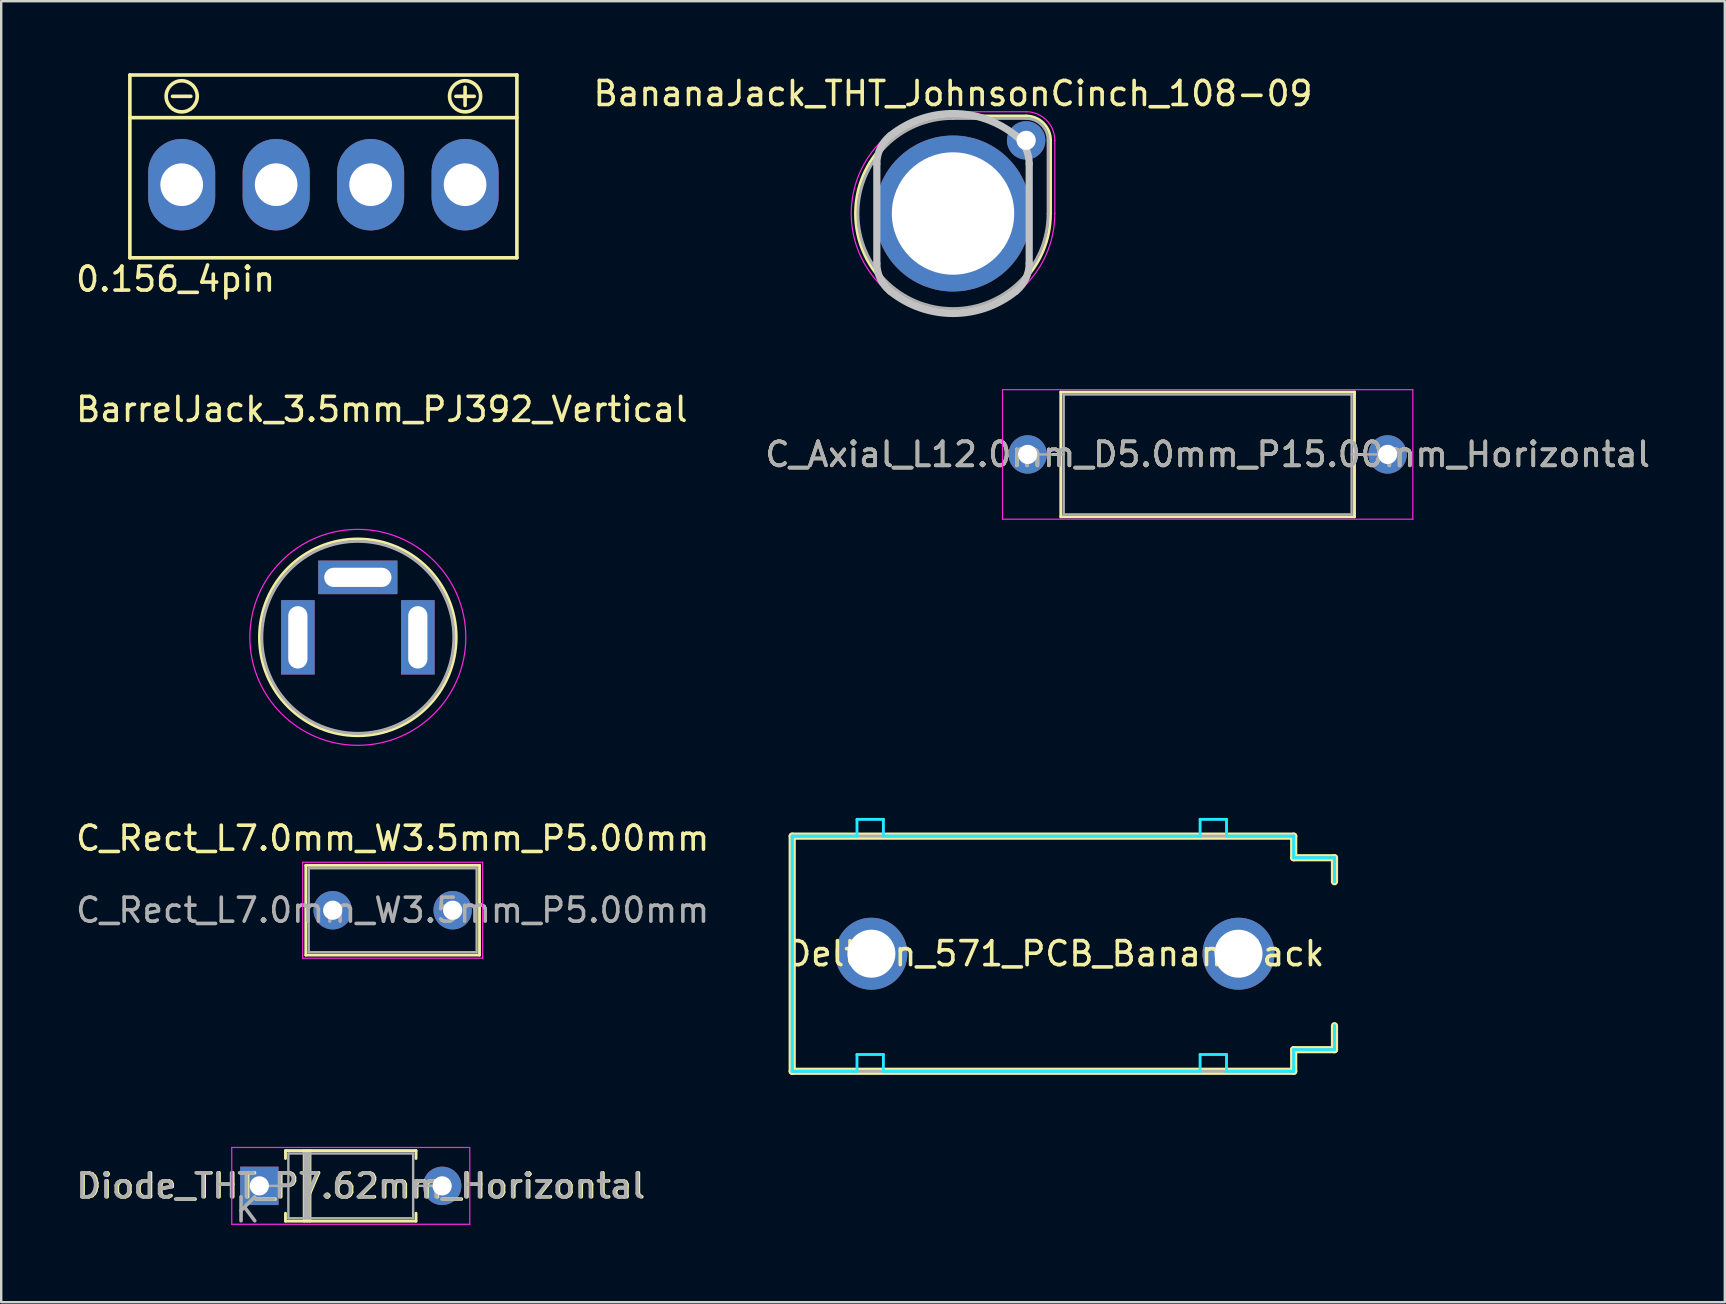
<source format=kicad_pcb>
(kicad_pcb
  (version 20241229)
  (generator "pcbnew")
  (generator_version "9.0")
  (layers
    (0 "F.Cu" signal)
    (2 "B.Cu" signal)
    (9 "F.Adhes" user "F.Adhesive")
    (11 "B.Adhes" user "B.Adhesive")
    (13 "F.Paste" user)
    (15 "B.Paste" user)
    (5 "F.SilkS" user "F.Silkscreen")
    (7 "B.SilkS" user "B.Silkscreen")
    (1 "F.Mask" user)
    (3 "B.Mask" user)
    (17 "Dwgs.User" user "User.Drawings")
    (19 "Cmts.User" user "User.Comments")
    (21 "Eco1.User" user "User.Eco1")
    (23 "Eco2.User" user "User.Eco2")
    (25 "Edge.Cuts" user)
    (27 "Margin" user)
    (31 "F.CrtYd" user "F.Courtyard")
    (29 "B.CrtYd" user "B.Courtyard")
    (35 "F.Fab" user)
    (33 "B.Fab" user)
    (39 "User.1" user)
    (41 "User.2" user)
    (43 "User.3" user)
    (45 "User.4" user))
  (footprint "BarrelJack_3.5mm_PJ392_Vertical"
    (layer "F.Cu")
    (at 11.863 23.512)
    (property "Reference" "BarrelJack_3.5mm_PJ392_Vertical" (at 1 -9.5 0) (layer "F.SilkS") (effects (font (size 1 1) (thickness 0.15))))
    (attr through_hole)
    (fp_circle (center 0 0) (end 0 -4.1) (stroke (width 0.12) (type solid)) (fill no) (layer "F.SilkS"))
    (fp_circle (center 0 0) (end 4.5 0) (stroke (width 0.05) (type solid)) (fill no) (layer "F.CrtYd"))
    (fp_circle (center 0 0) (end 0 -4) (stroke (width 0.12) (type solid)) (fill no) (layer "F.Fab"))
    (pad "1" thru_hole rect (at -2.5 0) (size 1.4 3.1) (drill oval 0.8 2.6) (layers "*.Cu" "*.Mask"))
    (pad "2" thru_hole rect (at 2.5 0) (size 1.4 3.1) (drill oval 0.8 2.6) (layers "*.Cu" "*.Mask"))
    (pad "3" thru_hole rect (at 0 -2.5) (size 3.3 1.4) (drill oval 2.8 0.8) (layers "*.Cu" "*.Mask")))
  (footprint "Deltron_571_PCB_BananaJack"
    (layer "F.Cu")
    (at 48.566 36.697)
    (property "Reference" "Deltron_571_PCB_BananaJack" (at -7.62 0 0) (layer "F.SilkS") (effects (font (size 1 1) (thickness 0.15))))
    (attr through_hole)
    (fp_line (start -18.6 -4.9) (end 2.3 -4.9) (stroke (width 0.3) (type solid)) (layer "F.SilkS"))
    (fp_line (start -18.6 4.9) (end -18.6 -4.9) (stroke (width 0.3) (type solid)) (layer "F.SilkS"))
    (fp_line (start 2.3 -4.9) (end 2.3 -4) (stroke (width 0.3) (type solid)) (layer "F.SilkS"))
    (fp_line (start 2.3 -4) (end 4 -4) (stroke (width 0.3) (type solid)) (layer "F.SilkS"))
    (fp_line (start 2.3 4) (end 2.3 4.9) (stroke (width 0.3) (type solid)) (layer "F.SilkS"))
    (fp_line (start 2.3 4.9) (end -18.6 4.9) (stroke (width 0.3) (type solid)) (layer "F.SilkS"))
    (fp_line (start 4 -4) (end 4 -3) (stroke (width 0.3) (type solid)) (layer "F.SilkS"))
    (fp_line (start 4 3) (end 4 4) (stroke (width 0.3) (type solid)) (layer "F.SilkS"))
    (fp_line (start 4 4) (end 2.3 4) (stroke (width 0.3) (type solid)) (layer "F.SilkS"))
    (fp_line (start -18.6 -4.9) (end -15.9 -4.9) (stroke (width 0.12) (type solid)) (layer "B.CrtYd"))
    (fp_line (start -18.6 4.9) (end -18.6 -4.9) (stroke (width 0.12) (type solid)) (layer "B.CrtYd"))
    (fp_line (start -15.9 -5.6) (end -14.8 -5.6) (stroke (width 0.12) (type solid)) (layer "B.CrtYd"))
    (fp_line (start -15.9 -4.9) (end -15.9 -5.6) (stroke (width 0.12) (type solid)) (layer "B.CrtYd"))
    (fp_line (start -15.9 4.2) (end -15.9 4.9) (stroke (width 0.12) (type solid)) (layer "B.CrtYd"))
    (fp_line (start -15.9 4.9) (end -18.6 4.9) (stroke (width 0.12) (type solid)) (layer "B.CrtYd"))
    (fp_line (start -14.8 -5.6) (end -14.8 -4.9) (stroke (width 0.12) (type solid)) (layer "B.CrtYd"))
    (fp_line (start -14.8 -4.9) (end -1.6 -4.9) (stroke (width 0.12) (type solid)) (layer "B.CrtYd"))
    (fp_line (start -14.8 4.2) (end -15.9 4.2) (stroke (width 0.12) (type solid)) (layer "B.CrtYd"))
    (fp_line (start -14.8 4.9) (end -14.8 4.2) (stroke (width 0.12) (type solid)) (layer "B.CrtYd"))
    (fp_line (start -1.6 -5.6) (end -1.6 -4.9) (stroke (width 0.12) (type solid)) (layer "B.CrtYd"))
    (fp_line (start -1.6 4.2) (end -1.6 4.9) (stroke (width 0.12) (type solid)) (layer "B.CrtYd"))
    (fp_line (start -1.6 4.9) (end -14.8 4.9) (stroke (width 0.12) (type solid)) (layer "B.CrtYd"))
    (fp_line (start -0.5 -5.6) (end -1.6 -5.6) (stroke (width 0.12) (type solid)) (layer "B.CrtYd"))
    (fp_line (start -0.5 -4.9) (end -0.5 -5.6) (stroke (width 0.12) (type solid)) (layer "B.CrtYd"))
    (fp_line (start -0.5 -4.9) (end 2.3 -4.9) (stroke (width 0.12) (type solid)) (layer "B.CrtYd"))
    (fp_line (start -0.5 4.2) (end -1.6 4.2) (stroke (width 0.12) (type solid)) (layer "B.CrtYd"))
    (fp_line (start -0.5 4.9) (end -0.5 4.2) (stroke (width 0.12) (type solid)) (layer "B.CrtYd"))
    (fp_line (start 2.3 -4.9) (end 2.3 -4) (stroke (width 0.12) (type solid)) (layer "B.CrtYd"))
    (fp_line (start 2.3 -4) (end 4 -4) (stroke (width 0.12) (type solid)) (layer "B.CrtYd"))
    (fp_line (start 2.3 4) (end 2.3 4.9) (stroke (width 0.12) (type solid)) (layer "B.CrtYd"))
    (fp_line (start 2.3 4.9) (end -0.5 4.9) (stroke (width 0.12) (type solid)) (layer "B.CrtYd"))
    (fp_line (start 4 -4) (end 4 -3) (stroke (width 0.12) (type solid)) (layer "B.CrtYd"))
    (fp_line (start 4 3) (end 4 4) (stroke (width 0.12) (type solid)) (layer "B.CrtYd"))
    (fp_line (start 4 4) (end 2.3 4) (stroke (width 0.12) (type solid)) (layer "B.CrtYd"))
    (fp_line (start -18.6 -4.9) (end -18.6 4.9) (stroke (width 0.12) (type solid)) (layer "F.Fab"))
    (fp_line (start -18.6 4.9) (end 2.3 4.9) (stroke (width 0.12) (type solid)) (layer "F.Fab"))
    (fp_line (start 2.3 -4.9) (end -18.6 -4.9) (stroke (width 0.12) (type solid)) (layer "F.Fab"))
    (fp_line (start 2.3 -4) (end 2.3 -4.9) (stroke (width 0.12) (type solid)) (layer "F.Fab"))
    (fp_line (start 2.3 -4) (end 4 -4) (stroke (width 0.12) (type solid)) (layer "F.Fab"))
    (fp_line (start 2.3 4) (end 4 4) (stroke (width 0.12) (type solid)) (layer "F.Fab"))
    (fp_line (start 2.3 4.9) (end 2.3 4) (stroke (width 0.12) (type solid)) (layer "F.Fab"))
    (fp_line (start 4 -4) (end 4 -3) (stroke (width 0.12) (type solid)) (layer "F.Fab"))
    (fp_line (start 4 4) (end 4 3) (stroke (width 0.12) (type solid)) (layer "F.Fab"))
    (pad "1" thru_hole circle (at -15.3 0) (size 3 3) (drill 2) (layers "*.Cu" "*.Mask"))
    (pad "1" thru_hole circle (at 0 0) (size 3 3) (drill 2) (layers "*.Cu" "*.Mask")))
  (footprint "C_Axial_L12.0mm_D5.0mm_P15.00mm_Horizontal"
    (layer "F.Cu")
    (at 39.78 15.889)
    (property "Reference" "C_Axial_L12.0mm_D5.0mm_P15.00mm_Horizontal" (at 7.5 0 0) (layer "F.SilkS") (effects (font (size 1 1) (thickness 0.15))))
    (attr through_hole)
    (fp_line (start 1.04 0) (end 1.38 0) (stroke (width 0.12) (type solid)) (layer "F.SilkS"))
    (fp_line (start 1.38 -2.6) (end 1.38 2.6) (stroke (width 0.12) (type solid)) (layer "F.SilkS"))
    (fp_line (start 1.38 2.6) (end 13.62 2.6) (stroke (width 0.12) (type solid)) (layer "F.SilkS"))
    (fp_line (start 13.62 -2.6) (end 1.38 -2.6) (stroke (width 0.12) (type solid)) (layer "F.SilkS"))
    (fp_line (start 13.62 2.6) (end 13.62 -2.6) (stroke (width 0.12) (type solid)) (layer "F.SilkS"))
    (fp_line (start 13.96 0) (end 13.62 0) (stroke (width 0.12) (type solid)) (layer "F.SilkS"))
    (fp_line (start -1.05 -2.7) (end -1.05 2.7) (stroke (width 0.05) (type solid)) (layer "F.CrtYd"))
    (fp_line (start -1.05 2.7) (end 16.05 2.7) (stroke (width 0.05) (type solid)) (layer "F.CrtYd"))
    (fp_line (start 16.05 -2.7) (end -1.05 -2.7) (stroke (width 0.05) (type solid)) (layer "F.CrtYd"))
    (fp_line (start 16.05 2.7) (end 16.05 -2.7) (stroke (width 0.05) (type solid)) (layer "F.CrtYd"))
    (fp_line (start 0 0) (end 1.5 0) (stroke (width 0.1) (type solid)) (layer "F.Fab"))
    (fp_line (start 1.5 -2.5) (end 1.5 2.5) (stroke (width 0.1) (type solid)) (layer "F.Fab"))
    (fp_line (start 1.5 2.5) (end 13.5 2.5) (stroke (width 0.1) (type solid)) (layer "F.Fab"))
    (fp_line (start 13.5 -2.5) (end 1.5 -2.5) (stroke (width 0.1) (type solid)) (layer "F.Fab"))
    (fp_line (start 13.5 2.5) (end 13.5 -2.5) (stroke (width 0.1) (type solid)) (layer "F.Fab"))
    (fp_line (start 15 0) (end 13.5 0) (stroke (width 0.1) (type solid)) (layer "F.Fab"))
    (fp_text user "${REFERENCE}" (at 7.5 0 0) (layer "F.Fab") (effects (font (size 1 1) (thickness 0.15))))
    (pad "1" thru_hole circle (at 0 0) (size 1.6 1.6) (drill 0.8) (layers "*.Cu" "*.Mask"))
    (pad "2" thru_hole oval (at 15 0) (size 1.6 1.6) (drill 0.8) (layers "*.Cu" "*.Mask")))
  (footprint "0.156_4pin"
    (layer "F.Cu")
    (at 10.491 4.647)
    (property "Reference" "0.156_4pin" (at -6.223 3.937 0) (layer "F.SilkS") (effects (font (size 1 1) (thickness 0.15))))
    (attr through_hole)
    (fp_line (start -8.128 -2.794) (end -8.128 -4.572) (stroke (width 0.15) (type solid)) (layer "F.SilkS"))
    (fp_line (start -8.128 3.048) (end -8.128 -2.794) (stroke (width 0.15) (type solid)) (layer "F.SilkS"))
    (fp_line (start -6.35 -3.683) (end -5.588 -3.683) (stroke (width 0.15) (type solid)) (layer "F.SilkS"))
    (fp_line (start 5.461 -3.683) (end 6.223 -3.683) (stroke (width 0.15) (type solid)) (layer "F.SilkS"))
    (fp_line (start 5.842 -4.064) (end 5.842 -3.302) (stroke (width 0.15) (type solid)) (layer "F.SilkS"))
    (fp_line (start 8.001 -4.572) (end -8.128 -4.572) (stroke (width 0.15) (type solid)) (layer "F.SilkS"))
    (fp_line (start 8.001 -4.572) (end 8.001 3.048) (stroke (width 0.15) (type solid)) (layer "F.SilkS"))
    (fp_line (start 8.001 -2.794) (end -8.128 -2.794) (stroke (width 0.15) (type solid)) (layer "F.SilkS"))
    (fp_line (start 8.001 3.048) (end -8.128 3.048) (stroke (width 0.15) (type solid)) (layer "F.SilkS"))
    (fp_circle (center -5.969 -3.683) (end -5.334 -3.81) (stroke (width 0.15) (type solid)) (fill no) (layer "F.SilkS"))
    (fp_circle (center 5.842 -3.683) (end 6.477 -3.81) (stroke (width 0.15) (type solid)) (fill no) (layer "F.SilkS"))
    (pad "1" thru_hole oval (at 5.842 0) (size 2.794 3.81) (drill 1.778) (layers "*.Cu" "*.Mask"))
    (pad "2" thru_hole oval (at 1.905 0) (size 2.794 3.81) (drill 1.778) (layers "*.Cu" "*.Mask"))
    (pad "3" thru_hole oval (at -2.032 0) (size 2.794 3.81) (drill 1.778) (layers "*.Cu" "*.Mask"))
    (pad "4" thru_hole oval (at -5.969 0) (size 2.794 3.81) (drill 1.778) (layers "*.Cu" "*.Mask")))
  (footprint "Diode_THT_P7.62mm_Horizontal"
    (layer "F.Cu")
    (at 7.758 46.372)
    (property "Reference" "Diode_THT_P7.62mm_Horizontal" (at 4.25 0 0) (layer "F.SilkS") (effects (font (size 1 1) (thickness 0.15))))
    (attr through_hole)
    (fp_line (start 1.09 -1.47) (end 6.53 -1.47) (stroke (width 0.12) (type solid)) (layer "F.SilkS"))
    (fp_line (start 1.09 -1.14) (end 1.09 -1.47) (stroke (width 0.12) (type solid)) (layer "F.SilkS"))
    (fp_line (start 1.09 1.14) (end 1.09 1.47) (stroke (width 0.12) (type solid)) (layer "F.SilkS"))
    (fp_line (start 1.09 1.47) (end 6.53 1.47) (stroke (width 0.12) (type solid)) (layer "F.SilkS"))
    (fp_line (start 1.87 -1.47) (end 1.87 1.47) (stroke (width 0.12) (type solid)) (layer "F.SilkS"))
    (fp_line (start 1.99 -1.47) (end 1.99 1.47) (stroke (width 0.12) (type solid)) (layer "F.SilkS"))
    (fp_line (start 2.11 -1.47) (end 2.11 1.47) (stroke (width 0.12) (type solid)) (layer "F.SilkS"))
    (fp_line (start 6.53 -1.47) (end 6.53 -1.14) (stroke (width 0.12) (type solid)) (layer "F.SilkS"))
    (fp_line (start 6.53 1.47) (end 6.53 1.14) (stroke (width 0.12) (type solid)) (layer "F.SilkS"))
    (fp_line (start -1.15 -1.6) (end -1.15 1.6) (stroke (width 0.05) (type solid)) (layer "F.CrtYd"))
    (fp_line (start -1.15 1.6) (end 8.77 1.6) (stroke (width 0.05) (type solid)) (layer "F.CrtYd"))
    (fp_line (start 8.77 -1.6) (end -1.15 -1.6) (stroke (width 0.05) (type solid)) (layer "F.CrtYd"))
    (fp_line (start 8.77 1.6) (end 8.77 -1.6) (stroke (width 0.05) (type solid)) (layer "F.CrtYd"))
    (fp_line (start 0 0) (end 1.21 0) (stroke (width 0.1) (type solid)) (layer "F.Fab"))
    (fp_line (start 1.21 -1.35) (end 1.21 1.35) (stroke (width 0.1) (type solid)) (layer "F.Fab"))
    (fp_line (start 1.21 1.35) (end 6.41 1.35) (stroke (width 0.1) (type solid)) (layer "F.Fab"))
    (fp_line (start 1.89 -1.35) (end 1.89 1.35) (stroke (width 0.1) (type solid)) (layer "F.Fab"))
    (fp_line (start 1.99 -1.35) (end 1.99 1.35) (stroke (width 0.1) (type solid)) (layer "F.Fab"))
    (fp_line (start 2.09 -1.35) (end 2.09 1.35) (stroke (width 0.1) (type solid)) (layer "F.Fab"))
    (fp_line (start 6.41 -1.35) (end 1.21 -1.35) (stroke (width 0.1) (type solid)) (layer "F.Fab"))
    (fp_line (start 6.41 1.35) (end 6.41 -1.35) (stroke (width 0.1) (type solid)) (layer "F.Fab"))
    (fp_line (start 7.62 0) (end 6.41 0) (stroke (width 0.1) (type solid)) (layer "F.Fab"))
    (fp_text user "K" (at -0.5 1 0) (layer "F.Fab") (effects (font (size 1 1) (thickness 0.15))))
    (fp_text user "${REFERENCE}" (at 4.2 0 0) (layer "F.Fab") (effects (font (size 1 1) (thickness 0.15))))
    (pad "1" thru_hole rect (at 0 0) (size 1.6 1.6) (drill 0.8) (layers "*.Cu" "*.Mask"))
    (pad "2" thru_hole oval (at 7.62 0) (size 1.6 1.6) (drill 0.8) (layers "*.Cu" "*.Mask")))
  (footprint "C_Rect_L7.0mm_W3.5mm_P5.00mm"
    (layer "F.Cu")
    (at 10.815 34.885)
    (property "Reference" "C_Rect_L7.0mm_W3.5mm_P5.00mm" (at 2.5 -3 0) (layer "F.SilkS") (effects (font (size 1 1) (thickness 0.15))))
    (attr through_hole)
    (fp_line (start -1.12 -1.87) (end -1.12 1.87) (stroke (width 0.12) (type solid)) (layer "F.SilkS"))
    (fp_line (start -1.12 -1.87) (end 6.12 -1.87) (stroke (width 0.12) (type solid)) (layer "F.SilkS"))
    (fp_line (start -1.12 1.87) (end 6.12 1.87) (stroke (width 0.12) (type solid)) (layer "F.SilkS"))
    (fp_line (start 6.12 -1.87) (end 6.12 1.87) (stroke (width 0.12) (type solid)) (layer "F.SilkS"))
    (fp_line (start -1.25 -2) (end -1.25 2) (stroke (width 0.05) (type solid)) (layer "F.CrtYd"))
    (fp_line (start -1.25 2) (end 6.25 2) (stroke (width 0.05) (type solid)) (layer "F.CrtYd"))
    (fp_line (start 6.25 -2) (end -1.25 -2) (stroke (width 0.05) (type solid)) (layer "F.CrtYd"))
    (fp_line (start 6.25 2) (end 6.25 -2) (stroke (width 0.05) (type solid)) (layer "F.CrtYd"))
    (fp_line (start -1 -1.75) (end -1 1.75) (stroke (width 0.1) (type solid)) (layer "F.Fab"))
    (fp_line (start -1 1.75) (end 6 1.75) (stroke (width 0.1) (type solid)) (layer "F.Fab"))
    (fp_line (start 6 -1.75) (end -1 -1.75) (stroke (width 0.1) (type solid)) (layer "F.Fab"))
    (fp_line (start 6 1.75) (end 6 -1.75) (stroke (width 0.1) (type solid)) (layer "F.Fab"))
    (fp_text user "${REFERENCE}" (at 2.5 0 0) (layer "F.Fab") (effects (font (size 1 1) (thickness 0.15))))
    (pad "1" thru_hole circle (at 0 0) (size 1.6 1.6) (drill 0.8) (layers "*.Cu" "*.Mask"))
    (pad "2" thru_hole circle (at 5 0) (size 1.6 1.6) (drill 0.8) (layers "*.Cu" "*.Mask")))
  (footprint "BananaJack_THT_JohnsonCinch_108-09"
    (layer "F.Cu")
    (at 36.668 5.848)
    (property "Reference" "BananaJack_THT_JohnsonCinch_108-09" (at 0 -5 0) (layer "F.SilkS") (effects (font (size 1 1) (thickness 0.15))))
    (attr through_hole)
    (fp_line (start 0 -4.064) (end 3.048 -4.064) (stroke (width 0.12) (type solid)) (layer "F.SilkS"))
    (fp_line (start 4.064 -3.048) (end 4.064 0) (stroke (width 0.12) (type solid)) (layer "F.SilkS"))
    (fp_arc (start 3.048 -4.064) (mid 3.76642 -3.76642) (end 4.064 -3.048) (stroke (width 0.12) (type solid)) (layer "F.SilkS"))
    (fp_arc (start 4.064 0) (mid -2.873682 2.873682) (end 0 -4.064) (stroke (width 0.12) (type solid)) (layer "F.SilkS"))
    (fp_line (start -3.175 -2.073) (end -3.175 2.073) (stroke (width 0.3) (type solid)) (layer "Dwgs.User"))
    (fp_line (start -0.218 0) (end 0.218 0) (stroke (width 0.3) (type solid)) (layer "Dwgs.User"))
    (fp_line (start -0.218 0) (end 0.218 0) (stroke (width 0.3) (type solid)) (layer "Dwgs.User"))
    (fp_line (start 0 0.218) (end 0 -0.218) (stroke (width 0.3) (type solid)) (layer "Dwgs.User"))
    (fp_line (start 0 0.218) (end 0 -0.218) (stroke (width 0.3) (type solid)) (layer "Dwgs.User"))
    (fp_line (start 3.175 2.073) (end 3.175 -2.073) (stroke (width 0.3) (type solid)) (layer "Dwgs.User"))
    (fp_arc (start -3.175 -2.073002) (mid -3.028712 -2.719606) (end -2.618 -3.240002) (stroke (width 0.3) (type solid)) (layer "Dwgs.User"))
    (fp_arc (start -2.618002 -3.240002) (mid 0 -4.165519) (end 2.618002 -3.240002) (stroke (width 0.3) (type solid)) (layer "Dwgs.User"))
    (fp_arc (start -2.618 3.240001) (mid -3.028711 2.719605) (end -3.174999 2.073002) (stroke (width 0.3) (type solid)) (layer "Dwgs.User"))
    (fp_arc (start 2.618 -3.240001) (mid 3.028711 -2.719605) (end 3.174999 -2.073002) (stroke (width 0.3) (type solid)) (layer "Dwgs.User"))
    (fp_arc (start 2.618002 3.240002) (mid 0 4.165519) (end -2.618002 3.240002) (stroke (width 0.3) (type solid)) (layer "Dwgs.User"))
    (fp_arc (start 3.175 2.073002) (mid 3.028712 2.719606) (end 2.618 3.240002) (stroke (width 0.3) (type solid)) (layer "Dwgs.User"))
    (fp_line (start 3.048 -4.242) (end 0 -4.242) (stroke (width 0.05) (type solid)) (layer "F.CrtYd"))
    (fp_line (start 4.242 0) (end 4.242 -3.048) (stroke (width 0.05) (type solid)) (layer "F.CrtYd"))
    (fp_arc (start 3.048 -4.2418) (mid 3.892144 -3.892144) (end 4.2418 -3.048) (stroke (width 0.05) (type solid)) (layer "F.CrtYd"))
    (fp_arc (start 4.2418 0) (mid -2.999406 2.999406) (end 0 -4.2418) (stroke (width 0.05) (type solid)) (layer "F.CrtYd"))
    (fp_line (start 0 -3.962) (end 3.048 -3.962) (stroke (width 0.12) (type solid)) (layer "F.Fab"))
    (fp_line (start 3.962 -3.048) (end 3.962 0) (stroke (width 0.12) (type solid)) (layer "F.Fab"))
    (fp_arc (start 3.048 -3.9624) (mid 3.694578 -3.694578) (end 3.9624 -3.048) (stroke (width 0.12) (type solid)) (layer "F.Fab"))
    (fp_arc (start 3.9624 0) (mid -2.80184 2.80184) (end 0 -3.9624) (stroke (width 0.12) (type solid)) (layer "F.Fab"))
    (pad "1" thru_hole circle (at 0 0) (size 6.5 6.5) (drill 5.1) (layers "*.Cu" "*.Mask"))
    (pad "1" thru_hole circle (at 3.048 -3.048) (size 1.6 1.6) (drill 0.8) (layers "*.Cu" "*.Mask")))
  (gr_rect
    (start -3 -3)
    (end 68.833 51.22)
    (stroke (width 0.1) (type default))
    (fill no)
    (layer "Edge.Cuts")))
</source>
